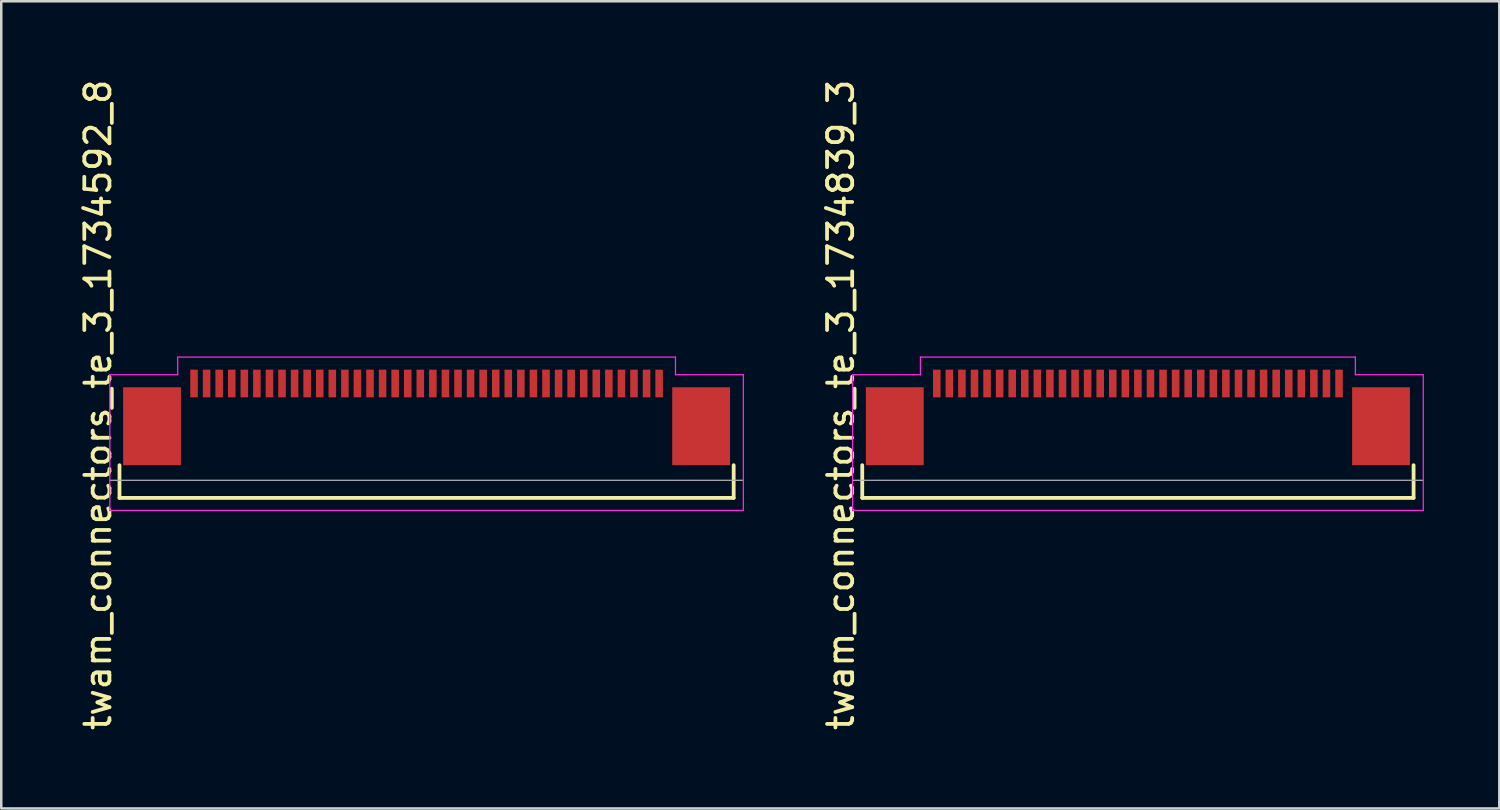
<source format=kicad_pcb>
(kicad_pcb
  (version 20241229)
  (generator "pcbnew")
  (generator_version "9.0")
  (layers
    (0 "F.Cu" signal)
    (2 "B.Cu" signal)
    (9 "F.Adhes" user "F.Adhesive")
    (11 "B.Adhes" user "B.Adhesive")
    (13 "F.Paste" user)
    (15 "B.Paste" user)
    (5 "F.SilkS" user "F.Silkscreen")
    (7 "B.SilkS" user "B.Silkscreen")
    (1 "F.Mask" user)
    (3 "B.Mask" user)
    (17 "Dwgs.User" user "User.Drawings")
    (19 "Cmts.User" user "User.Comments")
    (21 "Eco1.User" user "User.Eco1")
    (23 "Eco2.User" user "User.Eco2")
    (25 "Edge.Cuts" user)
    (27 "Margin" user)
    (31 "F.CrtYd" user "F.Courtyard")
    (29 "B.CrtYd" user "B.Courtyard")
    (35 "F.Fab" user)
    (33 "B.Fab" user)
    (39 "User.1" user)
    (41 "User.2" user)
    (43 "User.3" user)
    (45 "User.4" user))
  (footprint "twam_connectors_te_3_1734839_3"
    (layer "F.Cu")
    (at 42.212 13.054)
    (property "Reference" "twam_connectors_te_3_1734839_3" (at -11.82 0 270) (layer "F.SilkS") (effects (font (size 1 1) (thickness 0.15))))
    (attr smd)
    (fp_line (start -10.965 2.4) (end -10.965 3.7) (stroke (width 0.15) (type solid)) (layer "F.SilkS"))
    (fp_line (start -10.965 3.7) (end 10.965 3.7) (stroke (width 0.15) (type solid)) (layer "F.SilkS"))
    (fp_line (start 10.965 2.4) (end 10.965 3.7) (stroke (width 0.15) (type solid)) (layer "F.SilkS"))
    (fp_line (start -11.35 -1.2) (end -11.35 4.2) (stroke (width 0.05) (type solid)) (layer "F.CrtYd"))
    (fp_line (start -11.35 -1.2) (end -8.65 -1.2) (stroke (width 0.05) (type solid)) (layer "F.CrtYd"))
    (fp_line (start -11.35 4.2) (end 11.35 4.2) (stroke (width 0.05) (type solid)) (layer "F.CrtYd"))
    (fp_line (start -8.65 -1.9) (end -8.65 -1.2) (stroke (width 0.05) (type solid)) (layer "F.CrtYd"))
    (fp_line (start -8.65 -1.9) (end 8.65 -1.9) (stroke (width 0.05) (type solid)) (layer "F.CrtYd"))
    (fp_line (start 8.65 -1.9) (end 8.65 -1.2) (stroke (width 0.05) (type solid)) (layer "F.CrtYd"))
    (fp_line (start 8.65 -1.2) (end 11.35 -1.2) (stroke (width 0.05) (type solid)) (layer "F.CrtYd"))
    (fp_line (start 11.35 -1.2) (end 11.35 4.2) (stroke (width 0.05) (type solid)) (layer "F.CrtYd"))
    (fp_line (start -11.35 3) (end 11.35 3) (stroke (width 0.05) (type solid)) (layer "F.Fab"))
    (pad "1" smd rect (at 8 -0.85) (size 0.3 1.1) (layers "F.Cu" "F.Mask" "F.Paste"))
    (pad "2" smd rect (at 7.5 -0.85) (size 0.3 1.1) (layers "F.Cu" "F.Mask" "F.Paste"))
    (pad "3" smd rect (at 7 -0.85) (size 0.3 1.1) (layers "F.Cu" "F.Mask" "F.Paste"))
    (pad "4" smd rect (at 6.5 -0.85) (size 0.3 1.1) (layers "F.Cu" "F.Mask" "F.Paste"))
    (pad "5" smd rect (at 6 -0.85) (size 0.3 1.1) (layers "F.Cu" "F.Mask" "F.Paste"))
    (pad "6" smd rect (at 5.5 -0.85) (size 0.3 1.1) (layers "F.Cu" "F.Mask" "F.Paste"))
    (pad "7" smd rect (at 5 -0.85) (size 0.3 1.1) (layers "F.Cu" "F.Mask" "F.Paste"))
    (pad "8" smd rect (at 4.5 -0.85) (size 0.3 1.1) (layers "F.Cu" "F.Mask" "F.Paste"))
    (pad "9" smd rect (at 4 -0.85) (size 0.3 1.1) (layers "F.Cu" "F.Mask" "F.Paste"))
    (pad "10" smd rect (at 3.5 -0.85) (size 0.3 1.1) (layers "F.Cu" "F.Mask" "F.Paste"))
    (pad "11" smd rect (at 3 -0.85) (size 0.3 1.1) (layers "F.Cu" "F.Mask" "F.Paste"))
    (pad "12" smd rect (at 2.5 -0.85) (size 0.3 1.1) (layers "F.Cu" "F.Mask" "F.Paste"))
    (pad "13" smd rect (at 2 -0.85) (size 0.3 1.1) (layers "F.Cu" "F.Mask" "F.Paste"))
    (pad "14" smd rect (at 1.5 -0.85) (size 0.3 1.1) (layers "F.Cu" "F.Mask" "F.Paste"))
    (pad "15" smd rect (at 1 -0.85) (size 0.3 1.1) (layers "F.Cu" "F.Mask" "F.Paste"))
    (pad "16" smd rect (at 0.5 -0.85) (size 0.3 1.1) (layers "F.Cu" "F.Mask" "F.Paste"))
    (pad "17" smd rect (at 0 -0.85) (size 0.3 1.1) (layers "F.Cu" "F.Mask" "F.Paste"))
    (pad "18" smd rect (at -0.5 -0.85) (size 0.3 1.1) (layers "F.Cu" "F.Mask" "F.Paste"))
    (pad "19" smd rect (at -1 -0.85) (size 0.3 1.1) (layers "F.Cu" "F.Mask" "F.Paste"))
    (pad "20" smd rect (at -1.5 -0.85) (size 0.3 1.1) (layers "F.Cu" "F.Mask" "F.Paste"))
    (pad "21" smd rect (at -2 -0.85) (size 0.3 1.1) (layers "F.Cu" "F.Mask" "F.Paste"))
    (pad "22" smd rect (at -2.5 -0.85) (size 0.3 1.1) (layers "F.Cu" "F.Mask" "F.Paste"))
    (pad "23" smd rect (at -3 -0.85) (size 0.3 1.1) (layers "F.Cu" "F.Mask" "F.Paste"))
    (pad "24" smd rect (at -3.5 -0.85) (size 0.3 1.1) (layers "F.Cu" "F.Mask" "F.Paste"))
    (pad "25" smd rect (at -4 -0.85) (size 0.3 1.1) (layers "F.Cu" "F.Mask" "F.Paste"))
    (pad "26" smd rect (at -4.5 -0.85) (size 0.3 1.1) (layers "F.Cu" "F.Mask" "F.Paste"))
    (pad "27" smd rect (at -5 -0.85) (size 0.3 1.1) (layers "F.Cu" "F.Mask" "F.Paste"))
    (pad "28" smd rect (at -5.5 -0.85) (size 0.3 1.1) (layers "F.Cu" "F.Mask" "F.Paste"))
    (pad "29" smd rect (at -6 -0.85) (size 0.3 1.1) (layers "F.Cu" "F.Mask" "F.Paste"))
    (pad "30" smd rect (at -6.5 -0.85) (size 0.3 1.1) (layers "F.Cu" "F.Mask" "F.Paste"))
    (pad "31" smd rect (at -7 -0.85) (size 0.3 1.1) (layers "F.Cu" "F.Mask" "F.Paste"))
    (pad "32" smd rect (at -7.5 -0.85) (size 0.3 1.1) (layers "F.Cu" "F.Mask" "F.Paste"))
    (pad "33" smd rect (at -8 -0.85) (size 0.3 1.1) (layers "F.Cu" "F.Mask" "F.Paste"))
    (pad "F1" smd rect (at -9.67 0.85) (size 2.3 3.1) (layers "F.Cu" "F.Mask" "F.Paste"))
    (pad "F2" smd rect (at 9.67 0.85) (size 2.3 3.1) (layers "F.Cu" "F.Mask" "F.Paste")))
  (footprint "twam_connectors_te_3_1734592_8"
    (layer "F.Cu")
    (at 13.918 13.054)
    (property "Reference" "twam_connectors_te_3_1734592_8" (at -13.07 0 270) (layer "F.SilkS") (effects (font (size 1 1) (thickness 0.15))))
    (attr smd)
    (fp_line (start -12.215 2.4) (end -12.215 3.7) (stroke (width 0.15) (type solid)) (layer "F.SilkS"))
    (fp_line (start -12.215 3.7) (end 12.215 3.7) (stroke (width 0.15) (type solid)) (layer "F.SilkS"))
    (fp_line (start 12.215 2.4) (end 12.215 3.7) (stroke (width 0.15) (type solid)) (layer "F.SilkS"))
    (fp_line (start -12.6 -1.2) (end -12.6 4.2) (stroke (width 0.05) (type solid)) (layer "F.CrtYd"))
    (fp_line (start -12.6 -1.2) (end -9.9 -1.2) (stroke (width 0.05) (type solid)) (layer "F.CrtYd"))
    (fp_line (start -12.6 4.2) (end 12.6 4.2) (stroke (width 0.05) (type solid)) (layer "F.CrtYd"))
    (fp_line (start -9.9 -1.9) (end -9.9 -1.2) (stroke (width 0.05) (type solid)) (layer "F.CrtYd"))
    (fp_line (start -9.9 -1.9) (end 9.9 -1.9) (stroke (width 0.05) (type solid)) (layer "F.CrtYd"))
    (fp_line (start 9.9 -1.9) (end 9.9 -1.2) (stroke (width 0.05) (type solid)) (layer "F.CrtYd"))
    (fp_line (start 9.9 -1.2) (end 12.6 -1.2) (stroke (width 0.05) (type solid)) (layer "F.CrtYd"))
    (fp_line (start 12.6 -1.2) (end 12.6 4.2) (stroke (width 0.05) (type solid)) (layer "F.CrtYd"))
    (fp_line (start -12.6 3) (end 12.6 3) (stroke (width 0.05) (type solid)) (layer "F.Fab"))
    (pad "1" smd rect (at -9.25 -0.85) (size 0.3 1.1) (layers "F.Cu" "F.Mask" "F.Paste"))
    (pad "2" smd rect (at -8.75 -0.85) (size 0.3 1.1) (layers "F.Cu" "F.Mask" "F.Paste"))
    (pad "3" smd rect (at -8.25 -0.85) (size 0.3 1.1) (layers "F.Cu" "F.Mask" "F.Paste"))
    (pad "4" smd rect (at -7.75 -0.85) (size 0.3 1.1) (layers "F.Cu" "F.Mask" "F.Paste"))
    (pad "5" smd rect (at -7.25 -0.85) (size 0.3 1.1) (layers "F.Cu" "F.Mask" "F.Paste"))
    (pad "6" smd rect (at -6.75 -0.85) (size 0.3 1.1) (layers "F.Cu" "F.Mask" "F.Paste"))
    (pad "7" smd rect (at -6.25 -0.85) (size 0.3 1.1) (layers "F.Cu" "F.Mask" "F.Paste"))
    (pad "8" smd rect (at -5.75 -0.85) (size 0.3 1.1) (layers "F.Cu" "F.Mask" "F.Paste"))
    (pad "9" smd rect (at -5.25 -0.85) (size 0.3 1.1) (layers "F.Cu" "F.Mask" "F.Paste"))
    (pad "10" smd rect (at -4.75 -0.85) (size 0.3 1.1) (layers "F.Cu" "F.Mask" "F.Paste"))
    (pad "11" smd rect (at -4.25 -0.85) (size 0.3 1.1) (layers "F.Cu" "F.Mask" "F.Paste"))
    (pad "12" smd rect (at -3.75 -0.85) (size 0.3 1.1) (layers "F.Cu" "F.Mask" "F.Paste"))
    (pad "13" smd rect (at -3.25 -0.85) (size 0.3 1.1) (layers "F.Cu" "F.Mask" "F.Paste"))
    (pad "14" smd rect (at -2.75 -0.85) (size 0.3 1.1) (layers "F.Cu" "F.Mask" "F.Paste"))
    (pad "15" smd rect (at -2.25 -0.85) (size 0.3 1.1) (layers "F.Cu" "F.Mask" "F.Paste"))
    (pad "16" smd rect (at -1.75 -0.85) (size 0.3 1.1) (layers "F.Cu" "F.Mask" "F.Paste"))
    (pad "17" smd rect (at -1.25 -0.85) (size 0.3 1.1) (layers "F.Cu" "F.Mask" "F.Paste"))
    (pad "18" smd rect (at -0.75 -0.85) (size 0.3 1.1) (layers "F.Cu" "F.Mask" "F.Paste"))
    (pad "19" smd rect (at -0.25 -0.85) (size 0.3 1.1) (layers "F.Cu" "F.Mask" "F.Paste"))
    (pad "20" smd rect (at 0.25 -0.85) (size 0.3 1.1) (layers "F.Cu" "F.Mask" "F.Paste"))
    (pad "21" smd rect (at 0.75 -0.85) (size 0.3 1.1) (layers "F.Cu" "F.Mask" "F.Paste"))
    (pad "22" smd rect (at 1.25 -0.85) (size 0.3 1.1) (layers "F.Cu" "F.Mask" "F.Paste"))
    (pad "23" smd rect (at 1.75 -0.85) (size 0.3 1.1) (layers "F.Cu" "F.Mask" "F.Paste"))
    (pad "24" smd rect (at 2.25 -0.85) (size 0.3 1.1) (layers "F.Cu" "F.Mask" "F.Paste"))
    (pad "25" smd rect (at 2.75 -0.85) (size 0.3 1.1) (layers "F.Cu" "F.Mask" "F.Paste"))
    (pad "26" smd rect (at 3.25 -0.85) (size 0.3 1.1) (layers "F.Cu" "F.Mask" "F.Paste"))
    (pad "27" smd rect (at 3.75 -0.85) (size 0.3 1.1) (layers "F.Cu" "F.Mask" "F.Paste"))
    (pad "28" smd rect (at 4.25 -0.85) (size 0.3 1.1) (layers "F.Cu" "F.Mask" "F.Paste"))
    (pad "29" smd rect (at 4.75 -0.85) (size 0.3 1.1) (layers "F.Cu" "F.Mask" "F.Paste"))
    (pad "30" smd rect (at 5.25 -0.85) (size 0.3 1.1) (layers "F.Cu" "F.Mask" "F.Paste"))
    (pad "31" smd rect (at 5.75 -0.85) (size 0.3 1.1) (layers "F.Cu" "F.Mask" "F.Paste"))
    (pad "32" smd rect (at 6.25 -0.85) (size 0.3 1.1) (layers "F.Cu" "F.Mask" "F.Paste"))
    (pad "33" smd rect (at 6.75 -0.85) (size 0.3 1.1) (layers "F.Cu" "F.Mask" "F.Paste"))
    (pad "34" smd rect (at 7.25 -0.85) (size 0.3 1.1) (layers "F.Cu" "F.Mask" "F.Paste"))
    (pad "35" smd rect (at 7.75 -0.85) (size 0.3 1.1) (layers "F.Cu" "F.Mask" "F.Paste"))
    (pad "36" smd rect (at 8.25 -0.85) (size 0.3 1.1) (layers "F.Cu" "F.Mask" "F.Paste"))
    (pad "37" smd rect (at 8.75 -0.85) (size 0.3 1.1) (layers "F.Cu" "F.Mask" "F.Paste"))
    (pad "38" smd rect (at 9.25 -0.85) (size 0.3 1.1) (layers "F.Cu" "F.Mask" "F.Paste"))
    (pad "F1" smd rect (at -10.92 0.85) (size 2.3 3.1) (layers "F.Cu" "F.Mask" "F.Paste"))
    (pad "F2" smd rect (at 10.92 0.85) (size 2.3 3.1) (layers "F.Cu" "F.Mask" "F.Paste")))
  (gr_rect
    (start -3 -3)
    (end 56.587 29.107)
    (stroke (width 0.1) (type default))
    (fill no)
    (layer "Edge.Cuts")))
</source>
